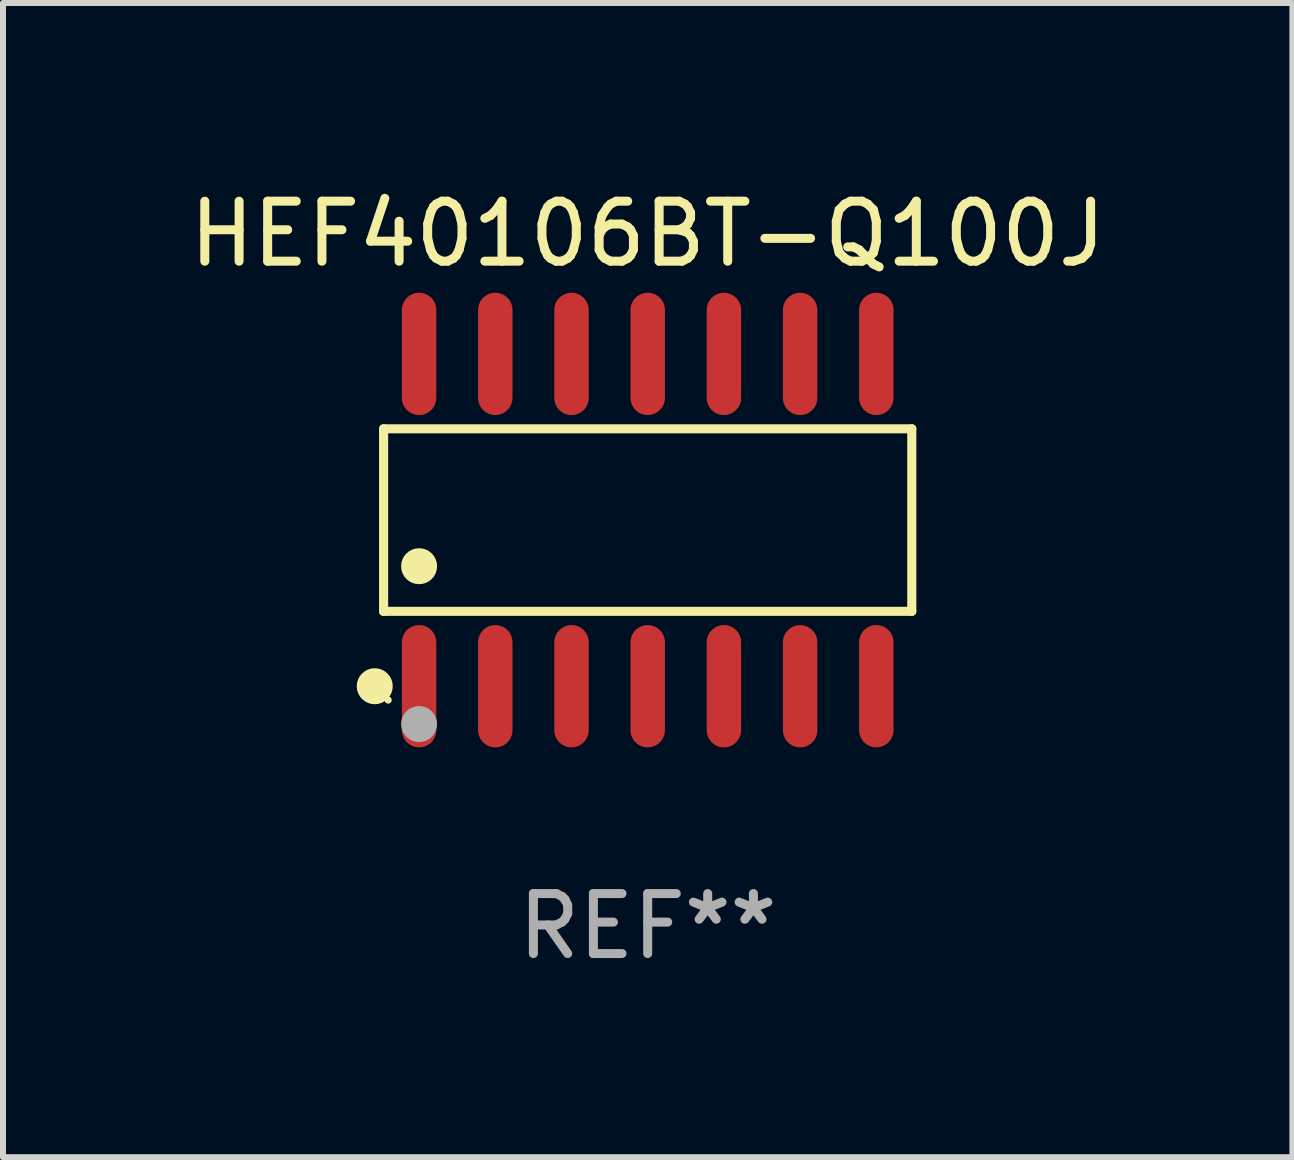
<source format=kicad_pcb>
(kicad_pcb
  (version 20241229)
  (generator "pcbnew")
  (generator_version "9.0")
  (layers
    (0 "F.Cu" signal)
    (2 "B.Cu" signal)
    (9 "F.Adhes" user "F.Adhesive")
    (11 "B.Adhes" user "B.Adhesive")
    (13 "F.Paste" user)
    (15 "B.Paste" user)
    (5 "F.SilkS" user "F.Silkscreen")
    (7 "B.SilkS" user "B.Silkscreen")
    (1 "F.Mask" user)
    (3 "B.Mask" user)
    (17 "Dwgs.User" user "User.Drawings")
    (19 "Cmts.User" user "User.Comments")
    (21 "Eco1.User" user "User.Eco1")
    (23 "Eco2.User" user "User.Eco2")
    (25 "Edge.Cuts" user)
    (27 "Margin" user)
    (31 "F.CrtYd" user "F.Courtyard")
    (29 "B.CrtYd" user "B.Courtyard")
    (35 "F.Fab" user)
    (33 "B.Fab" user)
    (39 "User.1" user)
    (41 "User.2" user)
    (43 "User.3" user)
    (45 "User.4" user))
  (footprint "HEF40106BT-Q100J"
    (layer "F.Cu")
    (at 7.744 5.617)
    (property "Reference" "HEF40106BT-Q100J" (at 0 -4.769 0) (layer "F.SilkS") (effects (font (size 1 1) (thickness 0.15))))
    (attr through_hole)
    (fp_line (start -4.401 -1.521) (end 4.401 -1.521) (stroke (width 0.152) (type solid)) (layer "F.SilkS"))
    (fp_line (start -4.401 1.521) (end -4.401 -1.521) (stroke (width 0.152) (type solid)) (layer "F.SilkS"))
    (fp_line (start 4.401 -1.521) (end 4.401 1.521) (stroke (width 0.152) (type solid)) (layer "F.SilkS"))
    (fp_line (start 4.401 1.521) (end -4.401 1.521) (stroke (width 0.152) (type solid)) (layer "F.SilkS"))
    (fp_circle (center -4.549 2.769) (end -4.399 2.769) (stroke (width 0.3) (type solid)) (fill no) (layer "F.SilkS"))
    (fp_circle (center -4.325 3) (end -4.295 3) (stroke (width 0.06) (type solid)) (fill no) (layer "F.SilkS"))
    (fp_circle (center -3.81 0.769) (end -3.66 0.769) (stroke (width 0.3) (type solid)) (fill no) (layer "F.SilkS"))
    (fp_circle (center -3.81 3.4) (end -3.66 3.4) (stroke (width 0.3) (type solid)) (fill no) (layer "F.Fab"))
    (fp_text user "REF**" (at 0 6.769 0) (layer "F.Fab") (effects (font (size 1 1) (thickness 0.15))))
    (pad "1" smd oval (at -3.81 2.769) (size 0.574 2.038) (layers "F.Cu" "F.Mask" "F.Paste"))
    (pad "2" smd oval (at -2.54 2.769) (size 0.574 2.038) (layers "F.Cu" "F.Mask" "F.Paste"))
    (pad "3" smd oval (at -1.27 2.769) (size 0.574 2.038) (layers "F.Cu" "F.Mask" "F.Paste"))
    (pad "4" smd oval (at 0 2.769) (size 0.574 2.038) (layers "F.Cu" "F.Mask" "F.Paste"))
    (pad "5" smd oval (at 1.27 2.769) (size 0.574 2.038) (layers "F.Cu" "F.Mask" "F.Paste"))
    (pad "6" smd oval (at 2.54 2.769) (size 0.574 2.038) (layers "F.Cu" "F.Mask" "F.Paste"))
    (pad "7" smd oval (at 3.81 2.769) (size 0.574 2.038) (layers "F.Cu" "F.Mask" "F.Paste"))
    (pad "8" smd oval (at 3.81 -2.769) (size 0.574 2.038) (layers "F.Cu" "F.Mask" "F.Paste"))
    (pad "9" smd oval (at 2.54 -2.769) (size 0.574 2.038) (layers "F.Cu" "F.Mask" "F.Paste"))
    (pad "10" smd oval (at 1.27 -2.769) (size 0.574 2.038) (layers "F.Cu" "F.Mask" "F.Paste"))
    (pad "11" smd oval (at 0 -2.769) (size 0.574 2.038) (layers "F.Cu" "F.Mask" "F.Paste"))
    (pad "12" smd oval (at -1.27 -2.769) (size 0.574 2.038) (layers "F.Cu" "F.Mask" "F.Paste"))
    (pad "13" smd oval (at -2.54 -2.769) (size 0.574 2.038) (layers "F.Cu" "F.Mask" "F.Paste"))
    (pad "14" smd oval (at -3.81 -2.769) (size 0.574 2.038) (layers "F.Cu" "F.Mask" "F.Paste")))
  (gr_rect
    (start -3 -3)
    (end 18.488 16.235)
    (stroke (width 0.1) (type default))
    (fill no)
    (layer "Edge.Cuts")))
</source>
